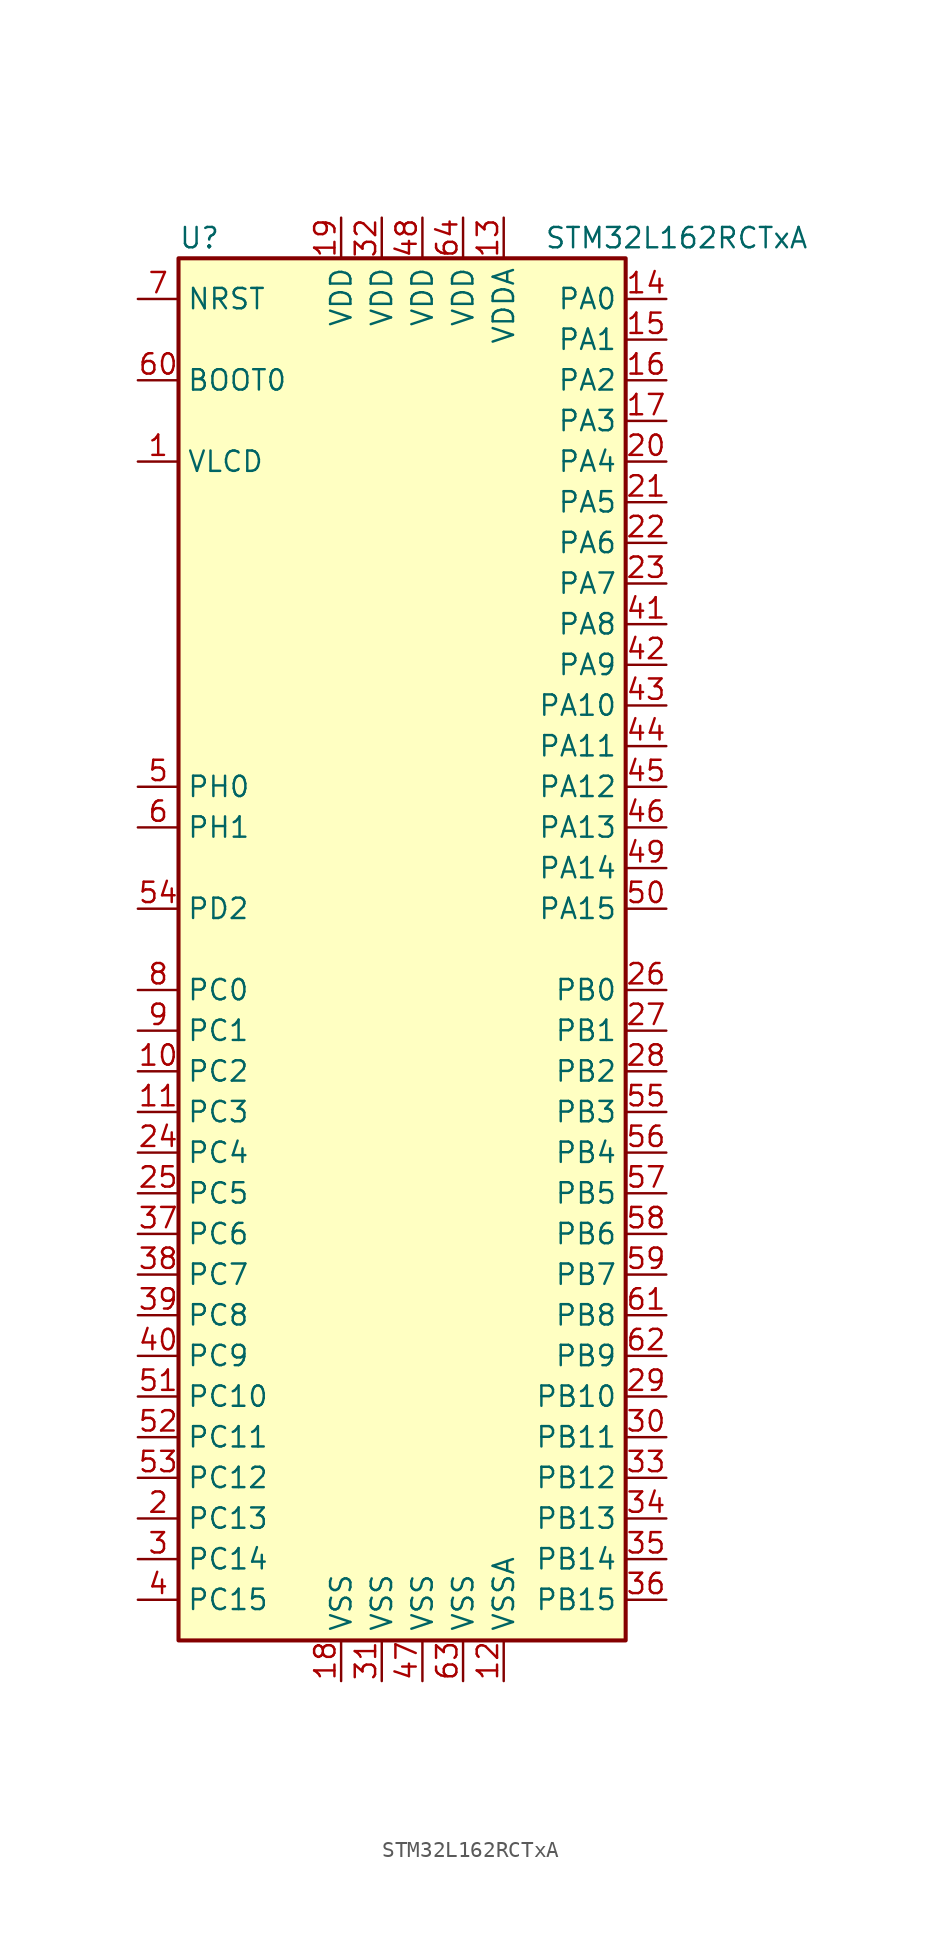
<source format=kicad_sym>
(kicad_symbol_lib
  (version 20211014)
  (generator kicad_symbol_editor)
  (symbol "STM32L162RCTxA"
    (property "Reference" "U"
      (at -15.24 44.45 0)
      (effects (font (size 1.27 1.27)) (justify left)))
    (property "Value" "STM32L162RCTxA"
      (at 7.62 44.45 0)
      (effects (font (size 1.27 1.27)) (justify left)))
    (symbol "STM32L162RCTxA_0_1"
      (rectangle (start -15.24 -43.18) (end 12.7 43.18) (stroke (width 0.254) (type default) (color 0 0 0 0)) (fill (type background))))
    (symbol "STM32L162RCTxA_1_1"
      (pin power_in line (at -17.78 30.48 0) (length 2.54) (name "VLCD" (effects (font (size 1.27 1.27)))) (number "1" (effects (font (size 1.27 1.27)))))
      (pin bidirectional line (at -17.78 -7.62 0) (length 2.54) (name "PC2" (effects (font (size 1.27 1.27)))) (number "10" (effects (font (size 1.27 1.27)))))
      (pin bidirectional line (at -17.78 -10.16 0) (length 2.54) (name "PC3" (effects (font (size 1.27 1.27)))) (number "11" (effects (font (size 1.27 1.27)))))
      (pin power_in line (at 5.08 -45.72 90) (length 2.54) (name "VSSA" (effects (font (size 1.27 1.27)))) (number "12" (effects (font (size 1.27 1.27)))))
      (pin power_in line (at 5.08 45.72 270) (length 2.54) (name "VDDA" (effects (font (size 1.27 1.27)))) (number "13" (effects (font (size 1.27 1.27)))))
      (pin bidirectional line (at 15.24 40.64 180) (length 2.54) (name "PA0" (effects (font (size 1.27 1.27)))) (number "14" (effects (font (size 1.27 1.27)))))
      (pin bidirectional line (at 15.24 38.1 180) (length 2.54) (name "PA1" (effects (font (size 1.27 1.27)))) (number "15" (effects (font (size 1.27 1.27)))))
      (pin bidirectional line (at 15.24 35.56 180) (length 2.54) (name "PA2" (effects (font (size 1.27 1.27)))) (number "16" (effects (font (size 1.27 1.27)))))
      (pin bidirectional line (at 15.24 33.02 180) (length 2.54) (name "PA3" (effects (font (size 1.27 1.27)))) (number "17" (effects (font (size 1.27 1.27)))))
      (pin power_in line (at -5.08 -45.72 90) (length 2.54) (name "VSS" (effects (font (size 1.27 1.27)))) (number "18" (effects (font (size 1.27 1.27)))))
      (pin power_in line (at -5.08 45.72 270) (length 2.54) (name "VDD" (effects (font (size 1.27 1.27)))) (number "19" (effects (font (size 1.27 1.27)))))
      (pin bidirectional line (at -17.78 -35.56 0) (length 2.54) (name "PC13" (effects (font (size 1.27 1.27)))) (number "2" (effects (font (size 1.27 1.27)))))
      (pin bidirectional line (at 15.24 30.48 180) (length 2.54) (name "PA4" (effects (font (size 1.27 1.27)))) (number "20" (effects (font (size 1.27 1.27)))))
      (pin bidirectional line (at 15.24 27.94 180) (length 2.54) (name "PA5" (effects (font (size 1.27 1.27)))) (number "21" (effects (font (size 1.27 1.27)))))
      (pin bidirectional line (at 15.24 25.4 180) (length 2.54) (name "PA6" (effects (font (size 1.27 1.27)))) (number "22" (effects (font (size 1.27 1.27)))))
      (pin bidirectional line (at 15.24 22.86 180) (length 2.54) (name "PA7" (effects (font (size 1.27 1.27)))) (number "23" (effects (font (size 1.27 1.27)))))
      (pin bidirectional line (at -17.78 -12.7 0) (length 2.54) (name "PC4" (effects (font (size 1.27 1.27)))) (number "24" (effects (font (size 1.27 1.27)))))
      (pin bidirectional line (at -17.78 -15.24 0) (length 2.54) (name "PC5" (effects (font (size 1.27 1.27)))) (number "25" (effects (font (size 1.27 1.27)))))
      (pin bidirectional line (at 15.24 -2.54 180) (length 2.54) (name "PB0" (effects (font (size 1.27 1.27)))) (number "26" (effects (font (size 1.27 1.27)))))
      (pin bidirectional line (at 15.24 -5.08 180) (length 2.54) (name "PB1" (effects (font (size 1.27 1.27)))) (number "27" (effects (font (size 1.27 1.27)))))
      (pin bidirectional line (at 15.24 -7.62 180) (length 2.54) (name "PB2" (effects (font (size 1.27 1.27)))) (number "28" (effects (font (size 1.27 1.27)))))
      (pin bidirectional line (at 15.24 -27.94 180) (length 2.54) (name "PB10" (effects (font (size 1.27 1.27)))) (number "29" (effects (font (size 1.27 1.27)))))
      (pin bidirectional line (at -17.78 -38.1 0) (length 2.54) (name "PC14" (effects (font (size 1.27 1.27)))) (number "3" (effects (font (size 1.27 1.27)))))
      (pin bidirectional line (at 15.24 -30.48 180) (length 2.54) (name "PB11" (effects (font (size 1.27 1.27)))) (number "30" (effects (font (size 1.27 1.27)))))
      (pin power_in line (at -2.54 -45.72 90) (length 2.54) (name "VSS" (effects (font (size 1.27 1.27)))) (number "31" (effects (font (size 1.27 1.27)))))
      (pin power_in line (at -2.54 45.72 270) (length 2.54) (name "VDD" (effects (font (size 1.27 1.27)))) (number "32" (effects (font (size 1.27 1.27)))))
      (pin bidirectional line (at 15.24 -33.02 180) (length 2.54) (name "PB12" (effects (font (size 1.27 1.27)))) (number "33" (effects (font (size 1.27 1.27)))))
      (pin bidirectional line (at 15.24 -35.56 180) (length 2.54) (name "PB13" (effects (font (size 1.27 1.27)))) (number "34" (effects (font (size 1.27 1.27)))))
      (pin bidirectional line (at 15.24 -38.1 180) (length 2.54) (name "PB14" (effects (font (size 1.27 1.27)))) (number "35" (effects (font (size 1.27 1.27)))))
      (pin bidirectional line (at 15.24 -40.64 180) (length 2.54) (name "PB15" (effects (font (size 1.27 1.27)))) (number "36" (effects (font (size 1.27 1.27)))))
      (pin bidirectional line (at -17.78 -17.78 0) (length 2.54) (name "PC6" (effects (font (size 1.27 1.27)))) (number "37" (effects (font (size 1.27 1.27)))))
      (pin bidirectional line (at -17.78 -20.32 0) (length 2.54) (name "PC7" (effects (font (size 1.27 1.27)))) (number "38" (effects (font (size 1.27 1.27)))))
      (pin bidirectional line (at -17.78 -22.86 0) (length 2.54) (name "PC8" (effects (font (size 1.27 1.27)))) (number "39" (effects (font (size 1.27 1.27)))))
      (pin bidirectional line (at -17.78 -40.64 0) (length 2.54) (name "PC15" (effects (font (size 1.27 1.27)))) (number "4" (effects (font (size 1.27 1.27)))))
      (pin bidirectional line (at -17.78 -25.4 0) (length 2.54) (name "PC9" (effects (font (size 1.27 1.27)))) (number "40" (effects (font (size 1.27 1.27)))))
      (pin bidirectional line (at 15.24 20.32 180) (length 2.54) (name "PA8" (effects (font (size 1.27 1.27)))) (number "41" (effects (font (size 1.27 1.27)))))
      (pin bidirectional line (at 15.24 17.78 180) (length 2.54) (name "PA9" (effects (font (size 1.27 1.27)))) (number "42" (effects (font (size 1.27 1.27)))))
      (pin bidirectional line (at 15.24 15.24 180) (length 2.54) (name "PA10" (effects (font (size 1.27 1.27)))) (number "43" (effects (font (size 1.27 1.27)))))
      (pin bidirectional line (at 15.24 12.7 180) (length 2.54) (name "PA11" (effects (font (size 1.27 1.27)))) (number "44" (effects (font (size 1.27 1.27)))))
      (pin bidirectional line (at 15.24 10.16 180) (length 2.54) (name "PA12" (effects (font (size 1.27 1.27)))) (number "45" (effects (font (size 1.27 1.27)))))
      (pin bidirectional line (at 15.24 7.62 180) (length 2.54) (name "PA13" (effects (font (size 1.27 1.27)))) (number "46" (effects (font (size 1.27 1.27)))))
      (pin power_in line (at 0 -45.72 90) (length 2.54) (name "VSS" (effects (font (size 1.27 1.27)))) (number "47" (effects (font (size 1.27 1.27)))))
      (pin power_in line (at 0 45.72 270) (length 2.54) (name "VDD" (effects (font (size 1.27 1.27)))) (number "48" (effects (font (size 1.27 1.27)))))
      (pin bidirectional line (at 15.24 5.08 180) (length 2.54) (name "PA14" (effects (font (size 1.27 1.27)))) (number "49" (effects (font (size 1.27 1.27)))))
      (pin input line (at -17.78 10.16 0) (length 2.54) (name "PH0" (effects (font (size 1.27 1.27)))) (number "5" (effects (font (size 1.27 1.27)))))
      (pin bidirectional line (at 15.24 2.54 180) (length 2.54) (name "PA15" (effects (font (size 1.27 1.27)))) (number "50" (effects (font (size 1.27 1.27)))))
      (pin bidirectional line (at -17.78 -27.94 0) (length 2.54) (name "PC10" (effects (font (size 1.27 1.27)))) (number "51" (effects (font (size 1.27 1.27)))))
      (pin bidirectional line (at -17.78 -30.48 0) (length 2.54) (name "PC11" (effects (font (size 1.27 1.27)))) (number "52" (effects (font (size 1.27 1.27)))))
      (pin bidirectional line (at -17.78 -33.02 0) (length 2.54) (name "PC12" (effects (font (size 1.27 1.27)))) (number "53" (effects (font (size 1.27 1.27)))))
      (pin bidirectional line (at -17.78 2.54 0) (length 2.54) (name "PD2" (effects (font (size 1.27 1.27)))) (number "54" (effects (font (size 1.27 1.27)))))
      (pin bidirectional line (at 15.24 -10.16 180) (length 2.54) (name "PB3" (effects (font (size 1.27 1.27)))) (number "55" (effects (font (size 1.27 1.27)))))
      (pin bidirectional line (at 15.24 -12.7 180) (length 2.54) (name "PB4" (effects (font (size 1.27 1.27)))) (number "56" (effects (font (size 1.27 1.27)))))
      (pin bidirectional line (at 15.24 -15.24 180) (length 2.54) (name "PB5" (effects (font (size 1.27 1.27)))) (number "57" (effects (font (size 1.27 1.27)))))
      (pin bidirectional line (at 15.24 -17.78 180) (length 2.54) (name "PB6" (effects (font (size 1.27 1.27)))) (number "58" (effects (font (size 1.27 1.27)))))
      (pin bidirectional line (at 15.24 -20.32 180) (length 2.54) (name "PB7" (effects (font (size 1.27 1.27)))) (number "59" (effects (font (size 1.27 1.27)))))
      (pin input line (at -17.78 7.62 0) (length 2.54) (name "PH1" (effects (font (size 1.27 1.27)))) (number "6" (effects (font (size 1.27 1.27)))))
      (pin input line (at -17.78 35.56 0) (length 2.54) (name "BOOT0" (effects (font (size 1.27 1.27)))) (number "60" (effects (font (size 1.27 1.27)))))
      (pin bidirectional line (at 15.24 -22.86 180) (length 2.54) (name "PB8" (effects (font (size 1.27 1.27)))) (number "61" (effects (font (size 1.27 1.27)))))
      (pin bidirectional line (at 15.24 -25.4 180) (length 2.54) (name "PB9" (effects (font (size 1.27 1.27)))) (number "62" (effects (font (size 1.27 1.27)))))
      (pin power_in line (at 2.54 -45.72 90) (length 2.54) (name "VSS" (effects (font (size 1.27 1.27)))) (number "63" (effects (font (size 1.27 1.27)))))
      (pin power_in line (at 2.54 45.72 270) (length 2.54) (name "VDD" (effects (font (size 1.27 1.27)))) (number "64" (effects (font (size 1.27 1.27)))))
      (pin input line (at -17.78 40.64 0) (length 2.54) (name "NRST" (effects (font (size 1.27 1.27)))) (number "7" (effects (font (size 1.27 1.27)))))
      (pin bidirectional line (at -17.78 -2.54 0) (length 2.54) (name "PC0" (effects (font (size 1.27 1.27)))) (number "8" (effects (font (size 1.27 1.27)))))
      (pin bidirectional line (at -17.78 -5.08 0) (length 2.54) (name "PC1" (effects (font (size 1.27 1.27)))) (number "9" (effects (font (size 1.27 1.27))))))))
</source>
